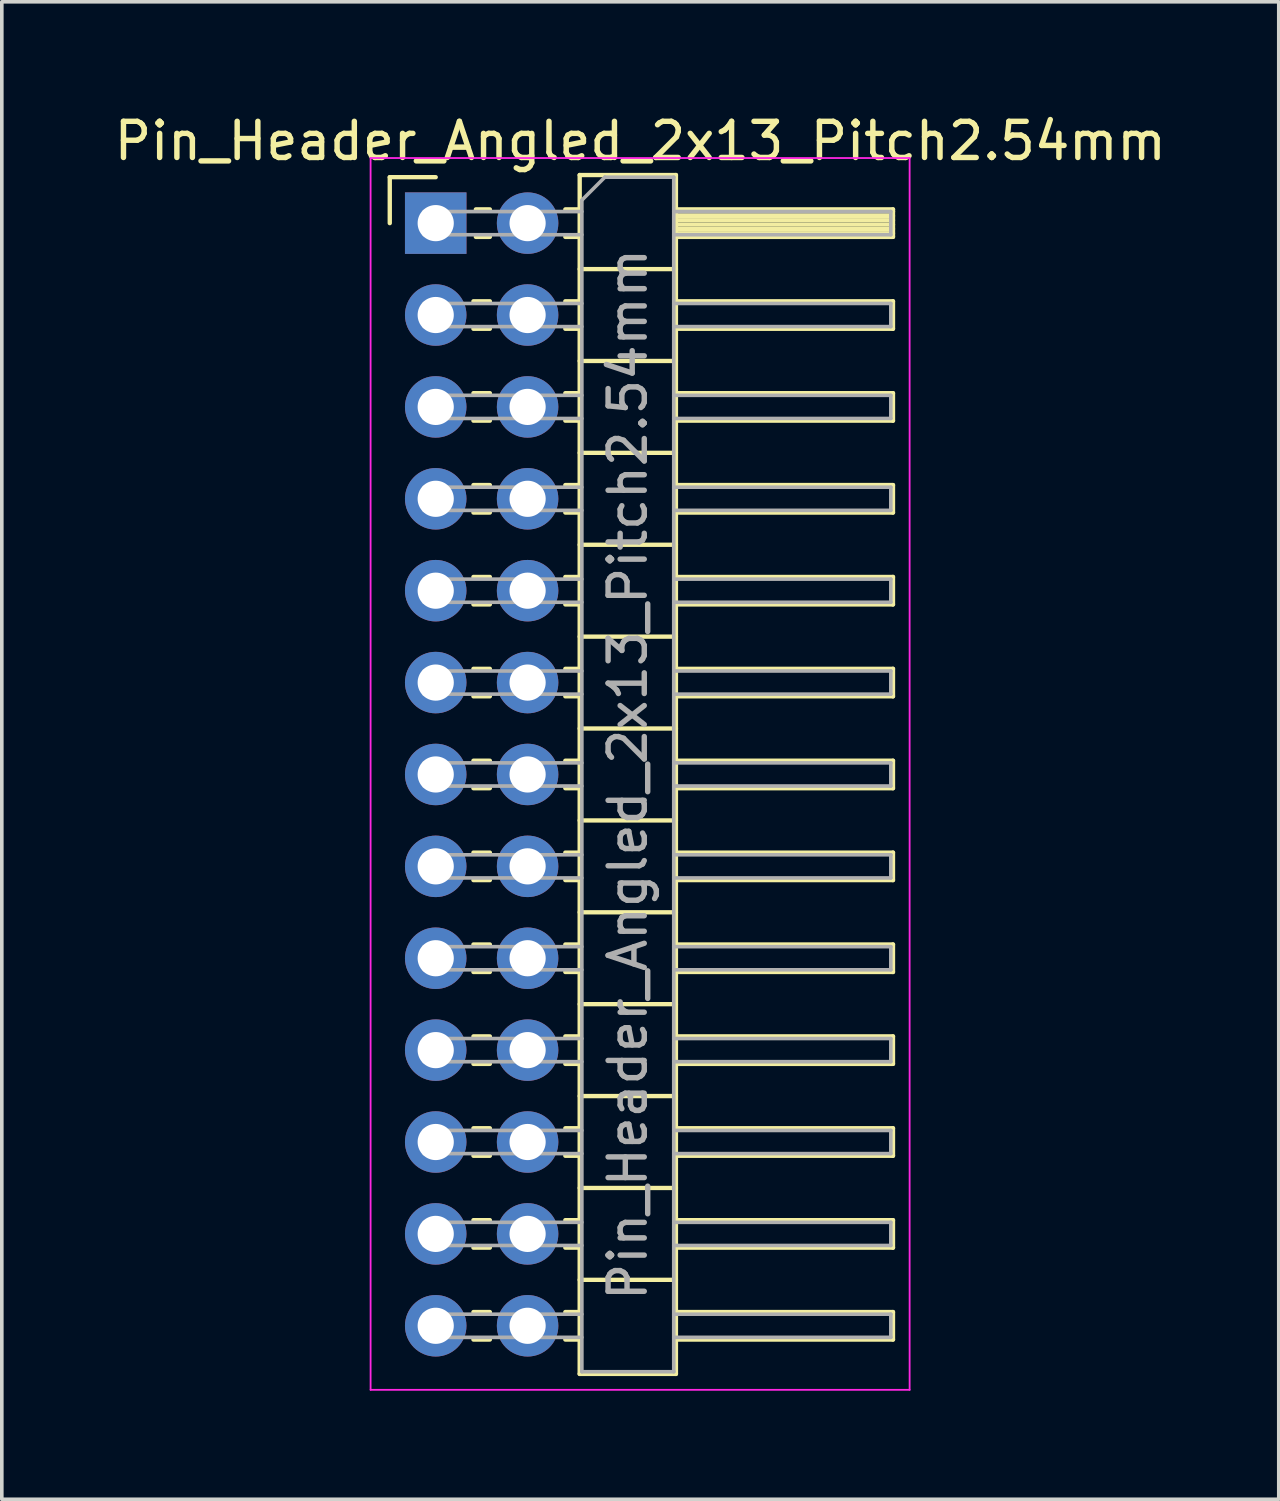
<source format=kicad_pcb>
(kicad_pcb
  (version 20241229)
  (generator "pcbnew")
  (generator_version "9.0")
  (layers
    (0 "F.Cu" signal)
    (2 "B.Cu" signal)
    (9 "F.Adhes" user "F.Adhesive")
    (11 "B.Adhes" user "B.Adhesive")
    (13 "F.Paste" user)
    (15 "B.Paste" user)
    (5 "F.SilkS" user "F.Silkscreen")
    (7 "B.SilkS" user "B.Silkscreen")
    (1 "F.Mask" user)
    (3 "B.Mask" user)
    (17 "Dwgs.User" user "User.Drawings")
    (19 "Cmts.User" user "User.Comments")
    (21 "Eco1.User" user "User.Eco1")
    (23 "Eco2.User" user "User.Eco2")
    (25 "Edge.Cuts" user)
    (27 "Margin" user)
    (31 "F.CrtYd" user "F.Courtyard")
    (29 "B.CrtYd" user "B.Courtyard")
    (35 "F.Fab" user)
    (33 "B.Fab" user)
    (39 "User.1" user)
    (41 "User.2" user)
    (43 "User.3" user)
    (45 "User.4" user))
  (footprint "Pin_Header_Angled_2x13_Pitch2.54mm"
    (layer "F.Cu")
    (at 8.994 3.118)
    (property "Reference" "Pin_Header_Angled_2x13_Pitch2.54mm" (at 5.655 -2.27 0) (layer "F.SilkS") (effects (font (size 1 1) (thickness 0.15))))
    (attr through_hole)
    (fp_line (start -1.27 -1.27) (end 0 -1.27) (stroke (width 0.12) (type solid)) (layer "F.SilkS"))
    (fp_line (start -1.27 0) (end -1.27 -1.27) (stroke (width 0.12) (type solid)) (layer "F.SilkS"))
    (fp_line (start 1.043 2.16) (end 1.497 2.16) (stroke (width 0.12) (type solid)) (layer "F.SilkS"))
    (fp_line (start 1.043 2.92) (end 1.497 2.92) (stroke (width 0.12) (type solid)) (layer "F.SilkS"))
    (fp_line (start 1.043 4.7) (end 1.497 4.7) (stroke (width 0.12) (type solid)) (layer "F.SilkS"))
    (fp_line (start 1.043 5.46) (end 1.497 5.46) (stroke (width 0.12) (type solid)) (layer "F.SilkS"))
    (fp_line (start 1.043 7.24) (end 1.497 7.24) (stroke (width 0.12) (type solid)) (layer "F.SilkS"))
    (fp_line (start 1.043 8) (end 1.497 8) (stroke (width 0.12) (type solid)) (layer "F.SilkS"))
    (fp_line (start 1.043 9.78) (end 1.497 9.78) (stroke (width 0.12) (type solid)) (layer "F.SilkS"))
    (fp_line (start 1.043 10.54) (end 1.497 10.54) (stroke (width 0.12) (type solid)) (layer "F.SilkS"))
    (fp_line (start 1.043 12.32) (end 1.497 12.32) (stroke (width 0.12) (type solid)) (layer "F.SilkS"))
    (fp_line (start 1.043 13.08) (end 1.497 13.08) (stroke (width 0.12) (type solid)) (layer "F.SilkS"))
    (fp_line (start 1.043 14.86) (end 1.497 14.86) (stroke (width 0.12) (type solid)) (layer "F.SilkS"))
    (fp_line (start 1.043 15.62) (end 1.497 15.62) (stroke (width 0.12) (type solid)) (layer "F.SilkS"))
    (fp_line (start 1.043 17.4) (end 1.497 17.4) (stroke (width 0.12) (type solid)) (layer "F.SilkS"))
    (fp_line (start 1.043 18.16) (end 1.497 18.16) (stroke (width 0.12) (type solid)) (layer "F.SilkS"))
    (fp_line (start 1.043 19.94) (end 1.497 19.94) (stroke (width 0.12) (type solid)) (layer "F.SilkS"))
    (fp_line (start 1.043 20.7) (end 1.497 20.7) (stroke (width 0.12) (type solid)) (layer "F.SilkS"))
    (fp_line (start 1.043 22.48) (end 1.497 22.48) (stroke (width 0.12) (type solid)) (layer "F.SilkS"))
    (fp_line (start 1.043 23.24) (end 1.497 23.24) (stroke (width 0.12) (type solid)) (layer "F.SilkS"))
    (fp_line (start 1.043 25.02) (end 1.497 25.02) (stroke (width 0.12) (type solid)) (layer "F.SilkS"))
    (fp_line (start 1.043 25.78) (end 1.497 25.78) (stroke (width 0.12) (type solid)) (layer "F.SilkS"))
    (fp_line (start 1.043 27.56) (end 1.497 27.56) (stroke (width 0.12) (type solid)) (layer "F.SilkS"))
    (fp_line (start 1.043 28.32) (end 1.497 28.32) (stroke (width 0.12) (type solid)) (layer "F.SilkS"))
    (fp_line (start 1.043 30.1) (end 1.497 30.1) (stroke (width 0.12) (type solid)) (layer "F.SilkS"))
    (fp_line (start 1.043 30.86) (end 1.497 30.86) (stroke (width 0.12) (type solid)) (layer "F.SilkS"))
    (fp_line (start 1.11 -0.38) (end 1.497 -0.38) (stroke (width 0.12) (type solid)) (layer "F.SilkS"))
    (fp_line (start 1.11 0.38) (end 1.497 0.38) (stroke (width 0.12) (type solid)) (layer "F.SilkS"))
    (fp_line (start 3.583 -0.38) (end 3.98 -0.38) (stroke (width 0.12) (type solid)) (layer "F.SilkS"))
    (fp_line (start 3.583 0.38) (end 3.98 0.38) (stroke (width 0.12) (type solid)) (layer "F.SilkS"))
    (fp_line (start 3.583 2.16) (end 3.98 2.16) (stroke (width 0.12) (type solid)) (layer "F.SilkS"))
    (fp_line (start 3.583 2.92) (end 3.98 2.92) (stroke (width 0.12) (type solid)) (layer "F.SilkS"))
    (fp_line (start 3.583 4.7) (end 3.98 4.7) (stroke (width 0.12) (type solid)) (layer "F.SilkS"))
    (fp_line (start 3.583 5.46) (end 3.98 5.46) (stroke (width 0.12) (type solid)) (layer "F.SilkS"))
    (fp_line (start 3.583 7.24) (end 3.98 7.24) (stroke (width 0.12) (type solid)) (layer "F.SilkS"))
    (fp_line (start 3.583 8) (end 3.98 8) (stroke (width 0.12) (type solid)) (layer "F.SilkS"))
    (fp_line (start 3.583 9.78) (end 3.98 9.78) (stroke (width 0.12) (type solid)) (layer "F.SilkS"))
    (fp_line (start 3.583 10.54) (end 3.98 10.54) (stroke (width 0.12) (type solid)) (layer "F.SilkS"))
    (fp_line (start 3.583 12.32) (end 3.98 12.32) (stroke (width 0.12) (type solid)) (layer "F.SilkS"))
    (fp_line (start 3.583 13.08) (end 3.98 13.08) (stroke (width 0.12) (type solid)) (layer "F.SilkS"))
    (fp_line (start 3.583 14.86) (end 3.98 14.86) (stroke (width 0.12) (type solid)) (layer "F.SilkS"))
    (fp_line (start 3.583 15.62) (end 3.98 15.62) (stroke (width 0.12) (type solid)) (layer "F.SilkS"))
    (fp_line (start 3.583 17.4) (end 3.98 17.4) (stroke (width 0.12) (type solid)) (layer "F.SilkS"))
    (fp_line (start 3.583 18.16) (end 3.98 18.16) (stroke (width 0.12) (type solid)) (layer "F.SilkS"))
    (fp_line (start 3.583 19.94) (end 3.98 19.94) (stroke (width 0.12) (type solid)) (layer "F.SilkS"))
    (fp_line (start 3.583 20.7) (end 3.98 20.7) (stroke (width 0.12) (type solid)) (layer "F.SilkS"))
    (fp_line (start 3.583 22.48) (end 3.98 22.48) (stroke (width 0.12) (type solid)) (layer "F.SilkS"))
    (fp_line (start 3.583 23.24) (end 3.98 23.24) (stroke (width 0.12) (type solid)) (layer "F.SilkS"))
    (fp_line (start 3.583 25.02) (end 3.98 25.02) (stroke (width 0.12) (type solid)) (layer "F.SilkS"))
    (fp_line (start 3.583 25.78) (end 3.98 25.78) (stroke (width 0.12) (type solid)) (layer "F.SilkS"))
    (fp_line (start 3.583 27.56) (end 3.98 27.56) (stroke (width 0.12) (type solid)) (layer "F.SilkS"))
    (fp_line (start 3.583 28.32) (end 3.98 28.32) (stroke (width 0.12) (type solid)) (layer "F.SilkS"))
    (fp_line (start 3.583 30.1) (end 3.98 30.1) (stroke (width 0.12) (type solid)) (layer "F.SilkS"))
    (fp_line (start 3.583 30.86) (end 3.98 30.86) (stroke (width 0.12) (type solid)) (layer "F.SilkS"))
    (fp_line (start 3.98 -1.33) (end 3.98 31.81) (stroke (width 0.12) (type solid)) (layer "F.SilkS"))
    (fp_line (start 3.98 1.27) (end 6.64 1.27) (stroke (width 0.12) (type solid)) (layer "F.SilkS"))
    (fp_line (start 3.98 3.81) (end 6.64 3.81) (stroke (width 0.12) (type solid)) (layer "F.SilkS"))
    (fp_line (start 3.98 6.35) (end 6.64 6.35) (stroke (width 0.12) (type solid)) (layer "F.SilkS"))
    (fp_line (start 3.98 8.89) (end 6.64 8.89) (stroke (width 0.12) (type solid)) (layer "F.SilkS"))
    (fp_line (start 3.98 11.43) (end 6.64 11.43) (stroke (width 0.12) (type solid)) (layer "F.SilkS"))
    (fp_line (start 3.98 13.97) (end 6.64 13.97) (stroke (width 0.12) (type solid)) (layer "F.SilkS"))
    (fp_line (start 3.98 16.51) (end 6.64 16.51) (stroke (width 0.12) (type solid)) (layer "F.SilkS"))
    (fp_line (start 3.98 19.05) (end 6.64 19.05) (stroke (width 0.12) (type solid)) (layer "F.SilkS"))
    (fp_line (start 3.98 21.59) (end 6.64 21.59) (stroke (width 0.12) (type solid)) (layer "F.SilkS"))
    (fp_line (start 3.98 24.13) (end 6.64 24.13) (stroke (width 0.12) (type solid)) (layer "F.SilkS"))
    (fp_line (start 3.98 26.67) (end 6.64 26.67) (stroke (width 0.12) (type solid)) (layer "F.SilkS"))
    (fp_line (start 3.98 29.21) (end 6.64 29.21) (stroke (width 0.12) (type solid)) (layer "F.SilkS"))
    (fp_line (start 3.98 31.81) (end 6.64 31.81) (stroke (width 0.12) (type solid)) (layer "F.SilkS"))
    (fp_line (start 6.64 -1.33) (end 3.98 -1.33) (stroke (width 0.12) (type solid)) (layer "F.SilkS"))
    (fp_line (start 6.64 -0.38) (end 12.64 -0.38) (stroke (width 0.12) (type solid)) (layer "F.SilkS"))
    (fp_line (start 6.64 -0.32) (end 12.64 -0.32) (stroke (width 0.12) (type solid)) (layer "F.SilkS"))
    (fp_line (start 6.64 -0.2) (end 12.64 -0.2) (stroke (width 0.12) (type solid)) (layer "F.SilkS"))
    (fp_line (start 6.64 -0.08) (end 12.64 -0.08) (stroke (width 0.12) (type solid)) (layer "F.SilkS"))
    (fp_line (start 6.64 0.04) (end 12.64 0.04) (stroke (width 0.12) (type solid)) (layer "F.SilkS"))
    (fp_line (start 6.64 0.16) (end 12.64 0.16) (stroke (width 0.12) (type solid)) (layer "F.SilkS"))
    (fp_line (start 6.64 0.28) (end 12.64 0.28) (stroke (width 0.12) (type solid)) (layer "F.SilkS"))
    (fp_line (start 6.64 2.16) (end 12.64 2.16) (stroke (width 0.12) (type solid)) (layer "F.SilkS"))
    (fp_line (start 6.64 4.7) (end 12.64 4.7) (stroke (width 0.12) (type solid)) (layer "F.SilkS"))
    (fp_line (start 6.64 7.24) (end 12.64 7.24) (stroke (width 0.12) (type solid)) (layer "F.SilkS"))
    (fp_line (start 6.64 9.78) (end 12.64 9.78) (stroke (width 0.12) (type solid)) (layer "F.SilkS"))
    (fp_line (start 6.64 12.32) (end 12.64 12.32) (stroke (width 0.12) (type solid)) (layer "F.SilkS"))
    (fp_line (start 6.64 14.86) (end 12.64 14.86) (stroke (width 0.12) (type solid)) (layer "F.SilkS"))
    (fp_line (start 6.64 17.4) (end 12.64 17.4) (stroke (width 0.12) (type solid)) (layer "F.SilkS"))
    (fp_line (start 6.64 19.94) (end 12.64 19.94) (stroke (width 0.12) (type solid)) (layer "F.SilkS"))
    (fp_line (start 6.64 22.48) (end 12.64 22.48) (stroke (width 0.12) (type solid)) (layer "F.SilkS"))
    (fp_line (start 6.64 25.02) (end 12.64 25.02) (stroke (width 0.12) (type solid)) (layer "F.SilkS"))
    (fp_line (start 6.64 27.56) (end 12.64 27.56) (stroke (width 0.12) (type solid)) (layer "F.SilkS"))
    (fp_line (start 6.64 30.1) (end 12.64 30.1) (stroke (width 0.12) (type solid)) (layer "F.SilkS"))
    (fp_line (start 6.64 31.81) (end 6.64 -1.33) (stroke (width 0.12) (type solid)) (layer "F.SilkS"))
    (fp_line (start 12.64 -0.38) (end 12.64 0.38) (stroke (width 0.12) (type solid)) (layer "F.SilkS"))
    (fp_line (start 12.64 0.38) (end 6.64 0.38) (stroke (width 0.12) (type solid)) (layer "F.SilkS"))
    (fp_line (start 12.64 2.16) (end 12.64 2.92) (stroke (width 0.12) (type solid)) (layer "F.SilkS"))
    (fp_line (start 12.64 2.92) (end 6.64 2.92) (stroke (width 0.12) (type solid)) (layer "F.SilkS"))
    (fp_line (start 12.64 4.7) (end 12.64 5.46) (stroke (width 0.12) (type solid)) (layer "F.SilkS"))
    (fp_line (start 12.64 5.46) (end 6.64 5.46) (stroke (width 0.12) (type solid)) (layer "F.SilkS"))
    (fp_line (start 12.64 7.24) (end 12.64 8) (stroke (width 0.12) (type solid)) (layer "F.SilkS"))
    (fp_line (start 12.64 8) (end 6.64 8) (stroke (width 0.12) (type solid)) (layer "F.SilkS"))
    (fp_line (start 12.64 9.78) (end 12.64 10.54) (stroke (width 0.12) (type solid)) (layer "F.SilkS"))
    (fp_line (start 12.64 10.54) (end 6.64 10.54) (stroke (width 0.12) (type solid)) (layer "F.SilkS"))
    (fp_line (start 12.64 12.32) (end 12.64 13.08) (stroke (width 0.12) (type solid)) (layer "F.SilkS"))
    (fp_line (start 12.64 13.08) (end 6.64 13.08) (stroke (width 0.12) (type solid)) (layer "F.SilkS"))
    (fp_line (start 12.64 14.86) (end 12.64 15.62) (stroke (width 0.12) (type solid)) (layer "F.SilkS"))
    (fp_line (start 12.64 15.62) (end 6.64 15.62) (stroke (width 0.12) (type solid)) (layer "F.SilkS"))
    (fp_line (start 12.64 17.4) (end 12.64 18.16) (stroke (width 0.12) (type solid)) (layer "F.SilkS"))
    (fp_line (start 12.64 18.16) (end 6.64 18.16) (stroke (width 0.12) (type solid)) (layer "F.SilkS"))
    (fp_line (start 12.64 19.94) (end 12.64 20.7) (stroke (width 0.12) (type solid)) (layer "F.SilkS"))
    (fp_line (start 12.64 20.7) (end 6.64 20.7) (stroke (width 0.12) (type solid)) (layer "F.SilkS"))
    (fp_line (start 12.64 22.48) (end 12.64 23.24) (stroke (width 0.12) (type solid)) (layer "F.SilkS"))
    (fp_line (start 12.64 23.24) (end 6.64 23.24) (stroke (width 0.12) (type solid)) (layer "F.SilkS"))
    (fp_line (start 12.64 25.02) (end 12.64 25.78) (stroke (width 0.12) (type solid)) (layer "F.SilkS"))
    (fp_line (start 12.64 25.78) (end 6.64 25.78) (stroke (width 0.12) (type solid)) (layer "F.SilkS"))
    (fp_line (start 12.64 27.56) (end 12.64 28.32) (stroke (width 0.12) (type solid)) (layer "F.SilkS"))
    (fp_line (start 12.64 28.32) (end 6.64 28.32) (stroke (width 0.12) (type solid)) (layer "F.SilkS"))
    (fp_line (start 12.64 30.1) (end 12.64 30.86) (stroke (width 0.12) (type solid)) (layer "F.SilkS"))
    (fp_line (start 12.64 30.86) (end 6.64 30.86) (stroke (width 0.12) (type solid)) (layer "F.SilkS"))
    (fp_line (start -1.8 -1.8) (end -1.8 32.25) (stroke (width 0.05) (type solid)) (layer "F.CrtYd"))
    (fp_line (start -1.8 32.25) (end 13.1 32.25) (stroke (width 0.05) (type solid)) (layer "F.CrtYd"))
    (fp_line (start 13.1 -1.8) (end -1.8 -1.8) (stroke (width 0.05) (type solid)) (layer "F.CrtYd"))
    (fp_line (start 13.1 32.25) (end 13.1 -1.8) (stroke (width 0.05) (type solid)) (layer "F.CrtYd"))
    (fp_line (start -0.32 -0.32) (end -0.32 0.32) (stroke (width 0.1) (type solid)) (layer "F.Fab"))
    (fp_line (start -0.32 -0.32) (end 4.04 -0.32) (stroke (width 0.1) (type solid)) (layer "F.Fab"))
    (fp_line (start -0.32 0.32) (end 4.04 0.32) (stroke (width 0.1) (type solid)) (layer "F.Fab"))
    (fp_line (start -0.32 2.22) (end -0.32 2.86) (stroke (width 0.1) (type solid)) (layer "F.Fab"))
    (fp_line (start -0.32 2.22) (end 4.04 2.22) (stroke (width 0.1) (type solid)) (layer "F.Fab"))
    (fp_line (start -0.32 2.86) (end 4.04 2.86) (stroke (width 0.1) (type solid)) (layer "F.Fab"))
    (fp_line (start -0.32 4.76) (end -0.32 5.4) (stroke (width 0.1) (type solid)) (layer "F.Fab"))
    (fp_line (start -0.32 4.76) (end 4.04 4.76) (stroke (width 0.1) (type solid)) (layer "F.Fab"))
    (fp_line (start -0.32 5.4) (end 4.04 5.4) (stroke (width 0.1) (type solid)) (layer "F.Fab"))
    (fp_line (start -0.32 7.3) (end -0.32 7.94) (stroke (width 0.1) (type solid)) (layer "F.Fab"))
    (fp_line (start -0.32 7.3) (end 4.04 7.3) (stroke (width 0.1) (type solid)) (layer "F.Fab"))
    (fp_line (start -0.32 7.94) (end 4.04 7.94) (stroke (width 0.1) (type solid)) (layer "F.Fab"))
    (fp_line (start -0.32 9.84) (end -0.32 10.48) (stroke (width 0.1) (type solid)) (layer "F.Fab"))
    (fp_line (start -0.32 9.84) (end 4.04 9.84) (stroke (width 0.1) (type solid)) (layer "F.Fab"))
    (fp_line (start -0.32 10.48) (end 4.04 10.48) (stroke (width 0.1) (type solid)) (layer "F.Fab"))
    (fp_line (start -0.32 12.38) (end -0.32 13.02) (stroke (width 0.1) (type solid)) (layer "F.Fab"))
    (fp_line (start -0.32 12.38) (end 4.04 12.38) (stroke (width 0.1) (type solid)) (layer "F.Fab"))
    (fp_line (start -0.32 13.02) (end 4.04 13.02) (stroke (width 0.1) (type solid)) (layer "F.Fab"))
    (fp_line (start -0.32 14.92) (end -0.32 15.56) (stroke (width 0.1) (type solid)) (layer "F.Fab"))
    (fp_line (start -0.32 14.92) (end 4.04 14.92) (stroke (width 0.1) (type solid)) (layer "F.Fab"))
    (fp_line (start -0.32 15.56) (end 4.04 15.56) (stroke (width 0.1) (type solid)) (layer "F.Fab"))
    (fp_line (start -0.32 17.46) (end -0.32 18.1) (stroke (width 0.1) (type solid)) (layer "F.Fab"))
    (fp_line (start -0.32 17.46) (end 4.04 17.46) (stroke (width 0.1) (type solid)) (layer "F.Fab"))
    (fp_line (start -0.32 18.1) (end 4.04 18.1) (stroke (width 0.1) (type solid)) (layer "F.Fab"))
    (fp_line (start -0.32 20) (end -0.32 20.64) (stroke (width 0.1) (type solid)) (layer "F.Fab"))
    (fp_line (start -0.32 20) (end 4.04 20) (stroke (width 0.1) (type solid)) (layer "F.Fab"))
    (fp_line (start -0.32 20.64) (end 4.04 20.64) (stroke (width 0.1) (type solid)) (layer "F.Fab"))
    (fp_line (start -0.32 22.54) (end -0.32 23.18) (stroke (width 0.1) (type solid)) (layer "F.Fab"))
    (fp_line (start -0.32 22.54) (end 4.04 22.54) (stroke (width 0.1) (type solid)) (layer "F.Fab"))
    (fp_line (start -0.32 23.18) (end 4.04 23.18) (stroke (width 0.1) (type solid)) (layer "F.Fab"))
    (fp_line (start -0.32 25.08) (end -0.32 25.72) (stroke (width 0.1) (type solid)) (layer "F.Fab"))
    (fp_line (start -0.32 25.08) (end 4.04 25.08) (stroke (width 0.1) (type solid)) (layer "F.Fab"))
    (fp_line (start -0.32 25.72) (end 4.04 25.72) (stroke (width 0.1) (type solid)) (layer "F.Fab"))
    (fp_line (start -0.32 27.62) (end -0.32 28.26) (stroke (width 0.1) (type solid)) (layer "F.Fab"))
    (fp_line (start -0.32 27.62) (end 4.04 27.62) (stroke (width 0.1) (type solid)) (layer "F.Fab"))
    (fp_line (start -0.32 28.26) (end 4.04 28.26) (stroke (width 0.1) (type solid)) (layer "F.Fab"))
    (fp_line (start -0.32 30.16) (end -0.32 30.8) (stroke (width 0.1) (type solid)) (layer "F.Fab"))
    (fp_line (start -0.32 30.16) (end 4.04 30.16) (stroke (width 0.1) (type solid)) (layer "F.Fab"))
    (fp_line (start -0.32 30.8) (end 4.04 30.8) (stroke (width 0.1) (type solid)) (layer "F.Fab"))
    (fp_line (start 4.04 -0.635) (end 4.675 -1.27) (stroke (width 0.1) (type solid)) (layer "F.Fab"))
    (fp_line (start 4.04 31.75) (end 4.04 -0.635) (stroke (width 0.1) (type solid)) (layer "F.Fab"))
    (fp_line (start 4.675 -1.27) (end 6.58 -1.27) (stroke (width 0.1) (type solid)) (layer "F.Fab"))
    (fp_line (start 6.58 -1.27) (end 6.58 31.75) (stroke (width 0.1) (type solid)) (layer "F.Fab"))
    (fp_line (start 6.58 -0.32) (end 12.58 -0.32) (stroke (width 0.1) (type solid)) (layer "F.Fab"))
    (fp_line (start 6.58 0.32) (end 12.58 0.32) (stroke (width 0.1) (type solid)) (layer "F.Fab"))
    (fp_line (start 6.58 2.22) (end 12.58 2.22) (stroke (width 0.1) (type solid)) (layer "F.Fab"))
    (fp_line (start 6.58 2.86) (end 12.58 2.86) (stroke (width 0.1) (type solid)) (layer "F.Fab"))
    (fp_line (start 6.58 4.76) (end 12.58 4.76) (stroke (width 0.1) (type solid)) (layer "F.Fab"))
    (fp_line (start 6.58 5.4) (end 12.58 5.4) (stroke (width 0.1) (type solid)) (layer "F.Fab"))
    (fp_line (start 6.58 7.3) (end 12.58 7.3) (stroke (width 0.1) (type solid)) (layer "F.Fab"))
    (fp_line (start 6.58 7.94) (end 12.58 7.94) (stroke (width 0.1) (type solid)) (layer "F.Fab"))
    (fp_line (start 6.58 9.84) (end 12.58 9.84) (stroke (width 0.1) (type solid)) (layer "F.Fab"))
    (fp_line (start 6.58 10.48) (end 12.58 10.48) (stroke (width 0.1) (type solid)) (layer "F.Fab"))
    (fp_line (start 6.58 12.38) (end 12.58 12.38) (stroke (width 0.1) (type solid)) (layer "F.Fab"))
    (fp_line (start 6.58 13.02) (end 12.58 13.02) (stroke (width 0.1) (type solid)) (layer "F.Fab"))
    (fp_line (start 6.58 14.92) (end 12.58 14.92) (stroke (width 0.1) (type solid)) (layer "F.Fab"))
    (fp_line (start 6.58 15.56) (end 12.58 15.56) (stroke (width 0.1) (type solid)) (layer "F.Fab"))
    (fp_line (start 6.58 17.46) (end 12.58 17.46) (stroke (width 0.1) (type solid)) (layer "F.Fab"))
    (fp_line (start 6.58 18.1) (end 12.58 18.1) (stroke (width 0.1) (type solid)) (layer "F.Fab"))
    (fp_line (start 6.58 20) (end 12.58 20) (stroke (width 0.1) (type solid)) (layer "F.Fab"))
    (fp_line (start 6.58 20.64) (end 12.58 20.64) (stroke (width 0.1) (type solid)) (layer "F.Fab"))
    (fp_line (start 6.58 22.54) (end 12.58 22.54) (stroke (width 0.1) (type solid)) (layer "F.Fab"))
    (fp_line (start 6.58 23.18) (end 12.58 23.18) (stroke (width 0.1) (type solid)) (layer "F.Fab"))
    (fp_line (start 6.58 25.08) (end 12.58 25.08) (stroke (width 0.1) (type solid)) (layer "F.Fab"))
    (fp_line (start 6.58 25.72) (end 12.58 25.72) (stroke (width 0.1) (type solid)) (layer "F.Fab"))
    (fp_line (start 6.58 27.62) (end 12.58 27.62) (stroke (width 0.1) (type solid)) (layer "F.Fab"))
    (fp_line (start 6.58 28.26) (end 12.58 28.26) (stroke (width 0.1) (type solid)) (layer "F.Fab"))
    (fp_line (start 6.58 30.16) (end 12.58 30.16) (stroke (width 0.1) (type solid)) (layer "F.Fab"))
    (fp_line (start 6.58 30.8) (end 12.58 30.8) (stroke (width 0.1) (type solid)) (layer "F.Fab"))
    (fp_line (start 6.58 31.75) (end 4.04 31.75) (stroke (width 0.1) (type solid)) (layer "F.Fab"))
    (fp_line (start 12.58 -0.32) (end 12.58 0.32) (stroke (width 0.1) (type solid)) (layer "F.Fab"))
    (fp_line (start 12.58 2.22) (end 12.58 2.86) (stroke (width 0.1) (type solid)) (layer "F.Fab"))
    (fp_line (start 12.58 4.76) (end 12.58 5.4) (stroke (width 0.1) (type solid)) (layer "F.Fab"))
    (fp_line (start 12.58 7.3) (end 12.58 7.94) (stroke (width 0.1) (type solid)) (layer "F.Fab"))
    (fp_line (start 12.58 9.84) (end 12.58 10.48) (stroke (width 0.1) (type solid)) (layer "F.Fab"))
    (fp_line (start 12.58 12.38) (end 12.58 13.02) (stroke (width 0.1) (type solid)) (layer "F.Fab"))
    (fp_line (start 12.58 14.92) (end 12.58 15.56) (stroke (width 0.1) (type solid)) (layer "F.Fab"))
    (fp_line (start 12.58 17.46) (end 12.58 18.1) (stroke (width 0.1) (type solid)) (layer "F.Fab"))
    (fp_line (start 12.58 20) (end 12.58 20.64) (stroke (width 0.1) (type solid)) (layer "F.Fab"))
    (fp_line (start 12.58 22.54) (end 12.58 23.18) (stroke (width 0.1) (type solid)) (layer "F.Fab"))
    (fp_line (start 12.58 25.08) (end 12.58 25.72) (stroke (width 0.1) (type solid)) (layer "F.Fab"))
    (fp_line (start 12.58 27.62) (end 12.58 28.26) (stroke (width 0.1) (type solid)) (layer "F.Fab"))
    (fp_line (start 12.58 30.16) (end 12.58 30.8) (stroke (width 0.1) (type solid)) (layer "F.Fab"))
    (fp_text user "${REFERENCE}" (at 5.31 15.24 90) (layer "F.Fab") (effects (font (size 1 1) (thickness 0.15))))
    (pad "1" thru_hole rect (at 0 0) (size 1.7 1.7) (drill 1) (layers "*.Cu" "*.Mask"))
    (pad "2" thru_hole oval (at 2.54 0) (size 1.7 1.7) (drill 1) (layers "*.Cu" "*.Mask"))
    (pad "3" thru_hole oval (at 0 2.54) (size 1.7 1.7) (drill 1) (layers "*.Cu" "*.Mask"))
    (pad "4" thru_hole oval (at 2.54 2.54) (size 1.7 1.7) (drill 1) (layers "*.Cu" "*.Mask"))
    (pad "5" thru_hole oval (at 0 5.08) (size 1.7 1.7) (drill 1) (layers "*.Cu" "*.Mask"))
    (pad "6" thru_hole oval (at 2.54 5.08) (size 1.7 1.7) (drill 1) (layers "*.Cu" "*.Mask"))
    (pad "7" thru_hole oval (at 0 7.62) (size 1.7 1.7) (drill 1) (layers "*.Cu" "*.Mask"))
    (pad "8" thru_hole oval (at 2.54 7.62) (size 1.7 1.7) (drill 1) (layers "*.Cu" "*.Mask"))
    (pad "9" thru_hole oval (at 0 10.16) (size 1.7 1.7) (drill 1) (layers "*.Cu" "*.Mask"))
    (pad "10" thru_hole oval (at 2.54 10.16) (size 1.7 1.7) (drill 1) (layers "*.Cu" "*.Mask"))
    (pad "11" thru_hole oval (at 0 12.7) (size 1.7 1.7) (drill 1) (layers "*.Cu" "*.Mask"))
    (pad "12" thru_hole oval (at 2.54 12.7) (size 1.7 1.7) (drill 1) (layers "*.Cu" "*.Mask"))
    (pad "13" thru_hole oval (at 0 15.24) (size 1.7 1.7) (drill 1) (layers "*.Cu" "*.Mask"))
    (pad "14" thru_hole oval (at 2.54 15.24) (size 1.7 1.7) (drill 1) (layers "*.Cu" "*.Mask"))
    (pad "15" thru_hole oval (at 0 17.78) (size 1.7 1.7) (drill 1) (layers "*.Cu" "*.Mask"))
    (pad "16" thru_hole oval (at 2.54 17.78) (size 1.7 1.7) (drill 1) (layers "*.Cu" "*.Mask"))
    (pad "17" thru_hole oval (at 0 20.32) (size 1.7 1.7) (drill 1) (layers "*.Cu" "*.Mask"))
    (pad "18" thru_hole oval (at 2.54 20.32) (size 1.7 1.7) (drill 1) (layers "*.Cu" "*.Mask"))
    (pad "19" thru_hole oval (at 0 22.86) (size 1.7 1.7) (drill 1) (layers "*.Cu" "*.Mask"))
    (pad "20" thru_hole oval (at 2.54 22.86) (size 1.7 1.7) (drill 1) (layers "*.Cu" "*.Mask"))
    (pad "21" thru_hole oval (at 0 25.4) (size 1.7 1.7) (drill 1) (layers "*.Cu" "*.Mask"))
    (pad "22" thru_hole oval (at 2.54 25.4) (size 1.7 1.7) (drill 1) (layers "*.Cu" "*.Mask"))
    (pad "23" thru_hole oval (at 0 27.94) (size 1.7 1.7) (drill 1) (layers "*.Cu" "*.Mask"))
    (pad "24" thru_hole oval (at 2.54 27.94) (size 1.7 1.7) (drill 1) (layers "*.Cu" "*.Mask"))
    (pad "25" thru_hole oval (at 0 30.48) (size 1.7 1.7) (drill 1) (layers "*.Cu" "*.Mask"))
    (pad "26" thru_hole oval (at 2.54 30.48) (size 1.7 1.7) (drill 1) (layers "*.Cu" "*.Mask")))
  (gr_rect
    (start -3 -3)
    (end 32.298 38.393)
    (stroke (width 0.1) (type default))
    (fill no)
    (layer "Edge.Cuts")))
</source>
